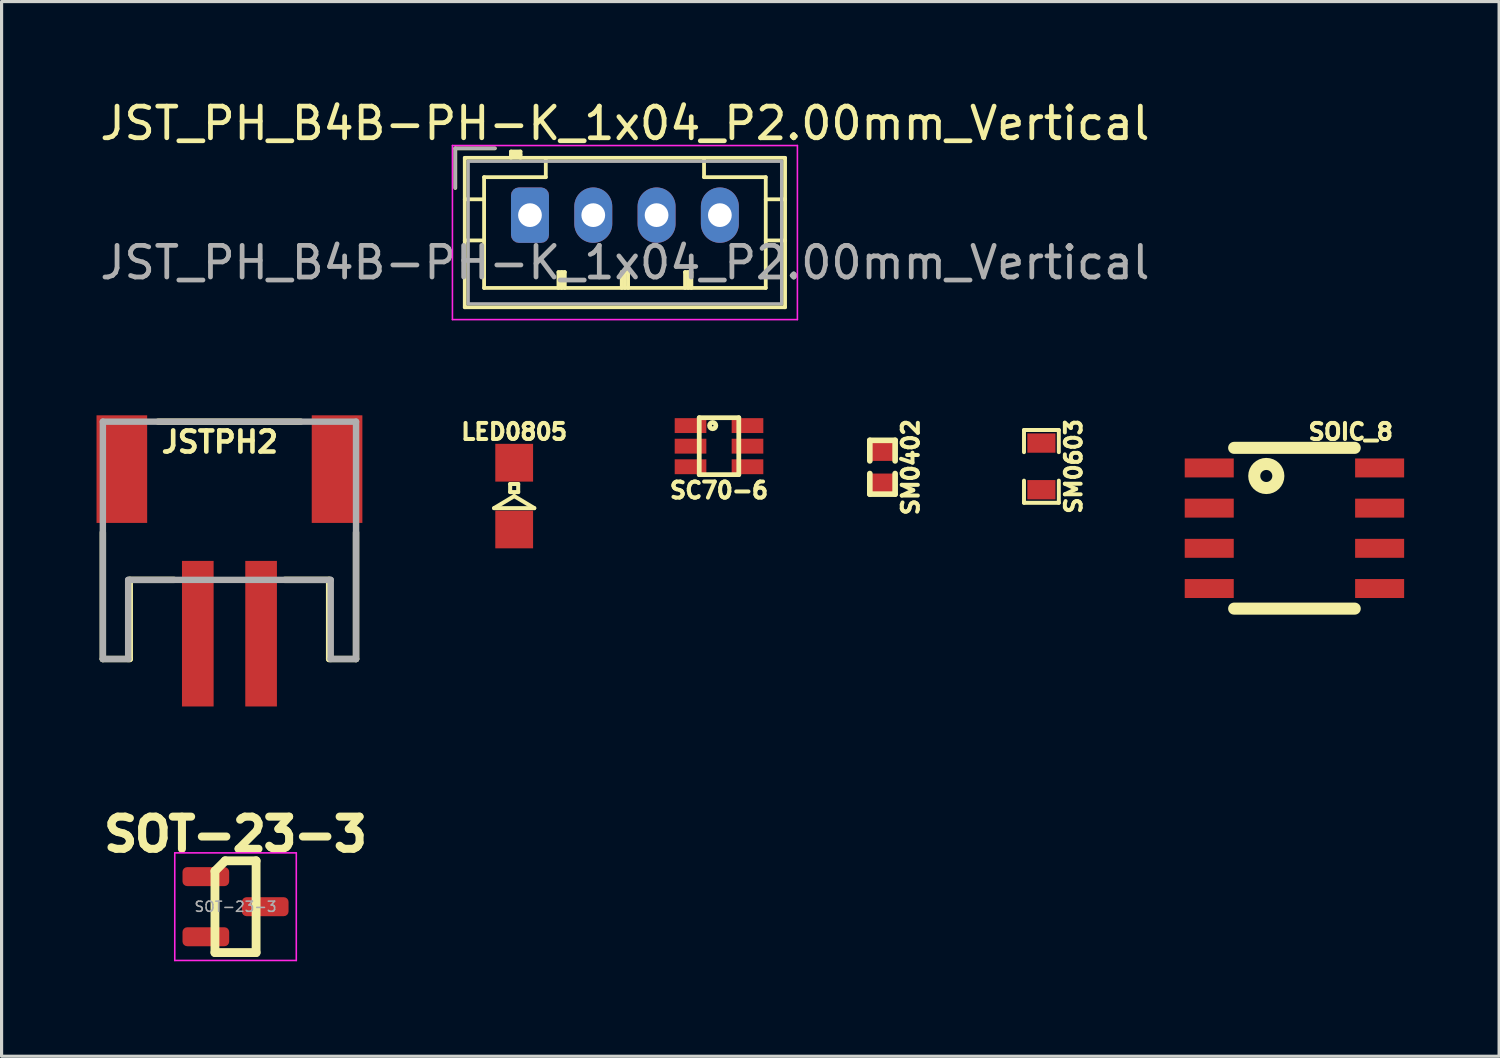
<source format=kicad_pcb>
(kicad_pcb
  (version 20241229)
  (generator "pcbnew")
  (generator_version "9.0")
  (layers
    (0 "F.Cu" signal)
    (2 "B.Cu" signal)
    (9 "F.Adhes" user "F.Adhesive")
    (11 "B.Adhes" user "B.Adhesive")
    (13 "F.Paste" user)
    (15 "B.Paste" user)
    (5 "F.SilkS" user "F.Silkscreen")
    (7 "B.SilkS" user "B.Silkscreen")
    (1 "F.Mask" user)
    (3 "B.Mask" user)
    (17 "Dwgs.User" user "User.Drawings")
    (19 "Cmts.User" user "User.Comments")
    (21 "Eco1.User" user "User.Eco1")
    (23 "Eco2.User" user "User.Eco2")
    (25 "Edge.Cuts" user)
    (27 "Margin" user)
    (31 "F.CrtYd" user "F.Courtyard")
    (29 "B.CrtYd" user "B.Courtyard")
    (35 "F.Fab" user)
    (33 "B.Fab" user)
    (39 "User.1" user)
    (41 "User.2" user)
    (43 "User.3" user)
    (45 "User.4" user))
  (footprint "JSTPH2"
    (layer "F.Cu")
    (at 4.2 13.273)
    (property "Reference" "JSTPH2" (at -2.223 -1.968 0) (layer "F.SilkS") (effects (font (size 0.666 0.666) (thickness 0.146)) (justify left bottom)))
    (fp_line (start -4 4.5) (end -4 0.5) (stroke (width 0.203) (type solid)) (layer "F.SilkS"))
    (fp_line (start -3.15 2) (end -3.15 4.5) (stroke (width 0.203) (type solid)) (layer "F.SilkS"))
    (fp_line (start -3.15 4.5) (end -4 4.5) (stroke (width 0.203) (type solid)) (layer "F.SilkS"))
    (fp_line (start -2.25 -3) (end 2.25 -3) (stroke (width 0.203) (type solid)) (layer "F.SilkS"))
    (fp_line (start -1.75 2) (end -3.15 2) (stroke (width 0.203) (type solid)) (layer "F.SilkS"))
    (fp_line (start 3.15 2) (end 1.75 2) (stroke (width 0.203) (type solid)) (layer "F.SilkS"))
    (fp_line (start 3.15 4.5) (end 3.15 2) (stroke (width 0.203) (type solid)) (layer "F.SilkS"))
    (fp_line (start 4 0.5) (end 4 4.5) (stroke (width 0.203) (type solid)) (layer "F.SilkS"))
    (fp_line (start 4 4.5) (end 3.15 4.5) (stroke (width 0.203) (type solid)) (layer "F.SilkS"))
    (fp_line (start -4 -3) (end 4 -3) (stroke (width 0.203) (type solid)) (layer "F.Fab"))
    (fp_line (start -4 4.5) (end -4 -3) (stroke (width 0.203) (type solid)) (layer "F.Fab"))
    (fp_line (start -3.2 2) (end -3.2 4.5) (stroke (width 0.203) (type solid)) (layer "F.Fab"))
    (fp_line (start -3.2 4.5) (end -4 4.5) (stroke (width 0.203) (type solid)) (layer "F.Fab"))
    (fp_line (start 3.2 2) (end -3.2 2) (stroke (width 0.203) (type solid)) (layer "F.Fab"))
    (fp_line (start 3.2 4.5) (end 3.2 2) (stroke (width 0.203) (type solid)) (layer "F.Fab"))
    (fp_line (start 4 -3) (end 4 4.5) (stroke (width 0.203) (type solid)) (layer "F.Fab"))
    (fp_line (start 4 4.5) (end 3.2 4.5) (stroke (width 0.203) (type solid)) (layer "F.Fab"))
    (pad "1" smd rect (at -1 3.7) (size 1 4.6) (layers "F.Cu" "F.Mask" "F.Paste"))
    (pad "2" smd rect (at 1 3.7) (size 1 4.6) (layers "F.Cu" "F.Mask" "F.Paste"))
    (pad "NC1" smd rect (at -3.4 -1.5 90) (size 3.4 1.6) (layers "F.Cu" "F.Mask" "F.Paste"))
    (pad "NC2" smd rect (at 3.4 -1.5 90) (size 3.4 1.6) (layers "F.Cu" "F.Mask" "F.Paste")))
  (footprint "SM0402"
    (layer "F.Cu")
    (at 24.834 11.713)
    (property "Reference" "SM0402" (at 0.889 0 90) (layer "F.SilkS") (effects (font (size 0.508 0.508) (thickness 0.127))))
    (attr smd)
    (fp_line (start -0.4 -0.85) (end -0.4 -0.2) (stroke (width 0.178) (type solid)) (layer "F.SilkS"))
    (fp_line (start -0.4 0.85) (end -0.4 0.2) (stroke (width 0.178) (type solid)) (layer "F.SilkS"))
    (fp_line (start 0.4 -0.85) (end -0.4 -0.85) (stroke (width 0.178) (type solid)) (layer "F.SilkS"))
    (fp_line (start 0.4 -0.2) (end 0.4 -0.85) (stroke (width 0.178) (type solid)) (layer "F.SilkS"))
    (fp_line (start 0.4 0.2) (end 0.4 0.85) (stroke (width 0.178) (type solid)) (layer "F.SilkS"))
    (fp_line (start 0.4 0.85) (end -0.4 0.85) (stroke (width 0.178) (type solid)) (layer "F.SilkS"))
    (pad "1" smd rect (at 0 -0.5 270) (size 0.6 0.7) (layers "F.Cu" "F.Mask" "F.Paste"))
    (pad "2" smd rect (at 0 0.5 270) (size 0.6 0.7) (layers "F.Cu" "F.Mask" "F.Paste")))
  (footprint "JST_PH_B4B-PH-K_1x04_P2.00mm_Vertical"
    (layer "F.Cu")
    (at 16.696 3.748)
    (property "Reference" "JST_PH_B4B-PH-K_1x04_P2.00mm_Vertical" (at 0 -2.9 0) (layer "F.SilkS") (effects (font (size 1 1) (thickness 0.15))))
    (attr through_hole)
    (fp_line (start -5.36 -2.11) (end -5.36 -0.86) (stroke (width 0.12) (type solid)) (layer "F.SilkS"))
    (fp_line (start -5.06 -1.81) (end -5.06 2.91) (stroke (width 0.12) (type solid)) (layer "F.SilkS"))
    (fp_line (start -5.06 -0.5) (end -4.45 -0.5) (stroke (width 0.12) (type solid)) (layer "F.SilkS"))
    (fp_line (start -5.06 0.8) (end -4.45 0.8) (stroke (width 0.12) (type solid)) (layer "F.SilkS"))
    (fp_line (start -5.06 2.91) (end 5.06 2.91) (stroke (width 0.12) (type solid)) (layer "F.SilkS"))
    (fp_line (start -4.45 -1.2) (end -4.45 2.3) (stroke (width 0.12) (type solid)) (layer "F.SilkS"))
    (fp_line (start -4.45 2.3) (end 4.45 2.3) (stroke (width 0.12) (type solid)) (layer "F.SilkS"))
    (fp_line (start -4.11 -2.11) (end -5.36 -2.11) (stroke (width 0.12) (type solid)) (layer "F.SilkS"))
    (fp_line (start -3.6 -2.01) (end -3.6 -1.81) (stroke (width 0.12) (type solid)) (layer "F.SilkS"))
    (fp_line (start -3.3 -2.01) (end -3.6 -2.01) (stroke (width 0.12) (type solid)) (layer "F.SilkS"))
    (fp_line (start -3.3 -1.91) (end -3.6 -1.91) (stroke (width 0.12) (type solid)) (layer "F.SilkS"))
    (fp_line (start -3.3 -1.81) (end -3.3 -2.01) (stroke (width 0.12) (type solid)) (layer "F.SilkS"))
    (fp_line (start -2.5 -1.81) (end -2.5 -1.2) (stroke (width 0.12) (type solid)) (layer "F.SilkS"))
    (fp_line (start -2.5 -1.2) (end -4.45 -1.2) (stroke (width 0.12) (type solid)) (layer "F.SilkS"))
    (fp_line (start -2.1 1.8) (end -1.9 1.8) (stroke (width 0.12) (type solid)) (layer "F.SilkS"))
    (fp_line (start -2.1 2.3) (end -2.1 1.8) (stroke (width 0.12) (type solid)) (layer "F.SilkS"))
    (fp_line (start -2 2.3) (end -2 1.8) (stroke (width 0.12) (type solid)) (layer "F.SilkS"))
    (fp_line (start -1.9 1.8) (end -1.9 2.3) (stroke (width 0.12) (type solid)) (layer "F.SilkS"))
    (fp_line (start -0.1 1.8) (end 0.1 1.8) (stroke (width 0.12) (type solid)) (layer "F.SilkS"))
    (fp_line (start -0.1 2.3) (end -0.1 1.8) (stroke (width 0.12) (type solid)) (layer "F.SilkS"))
    (fp_line (start 0 2.3) (end 0 1.8) (stroke (width 0.12) (type solid)) (layer "F.SilkS"))
    (fp_line (start 0.1 1.8) (end 0.1 2.3) (stroke (width 0.12) (type solid)) (layer "F.SilkS"))
    (fp_line (start 1.9 1.8) (end 2.1 1.8) (stroke (width 0.12) (type solid)) (layer "F.SilkS"))
    (fp_line (start 1.9 2.3) (end 1.9 1.8) (stroke (width 0.12) (type solid)) (layer "F.SilkS"))
    (fp_line (start 2 2.3) (end 2 1.8) (stroke (width 0.12) (type solid)) (layer "F.SilkS"))
    (fp_line (start 2.1 1.8) (end 2.1 2.3) (stroke (width 0.12) (type solid)) (layer "F.SilkS"))
    (fp_line (start 2.5 -1.2) (end 2.5 -1.81) (stroke (width 0.12) (type solid)) (layer "F.SilkS"))
    (fp_line (start 4.45 -1.2) (end 2.5 -1.2) (stroke (width 0.12) (type solid)) (layer "F.SilkS"))
    (fp_line (start 4.45 2.3) (end 4.45 -1.2) (stroke (width 0.12) (type solid)) (layer "F.SilkS"))
    (fp_line (start 5.06 -1.81) (end -5.06 -1.81) (stroke (width 0.12) (type solid)) (layer "F.SilkS"))
    (fp_line (start 5.06 -0.5) (end 4.45 -0.5) (stroke (width 0.12) (type solid)) (layer "F.SilkS"))
    (fp_line (start 5.06 0.8) (end 4.45 0.8) (stroke (width 0.12) (type solid)) (layer "F.SilkS"))
    (fp_line (start 5.06 2.91) (end 5.06 -1.81) (stroke (width 0.12) (type solid)) (layer "F.SilkS"))
    (fp_line (start -5.45 -2.2) (end -5.45 3.3) (stroke (width 0.05) (type solid)) (layer "F.CrtYd"))
    (fp_line (start -5.45 3.3) (end 5.45 3.3) (stroke (width 0.05) (type solid)) (layer "F.CrtYd"))
    (fp_line (start 5.45 -2.2) (end -5.45 -2.2) (stroke (width 0.05) (type solid)) (layer "F.CrtYd"))
    (fp_line (start 5.45 3.3) (end 5.45 -2.2) (stroke (width 0.05) (type solid)) (layer "F.CrtYd"))
    (fp_line (start -5.36 -2.11) (end -5.36 -0.86) (stroke (width 0.1) (type solid)) (layer "F.Fab"))
    (fp_line (start -4.95 -1.7) (end -4.95 2.8) (stroke (width 0.1) (type solid)) (layer "F.Fab"))
    (fp_line (start -4.95 2.8) (end 4.95 2.8) (stroke (width 0.1) (type solid)) (layer "F.Fab"))
    (fp_line (start -4.11 -2.11) (end -5.36 -2.11) (stroke (width 0.1) (type solid)) (layer "F.Fab"))
    (fp_line (start 4.95 -1.7) (end -4.95 -1.7) (stroke (width 0.1) (type solid)) (layer "F.Fab"))
    (fp_line (start 4.95 2.8) (end 4.95 -1.7) (stroke (width 0.1) (type solid)) (layer "F.Fab"))
    (fp_text user "${REFERENCE}" (at 0 1.5 0) (layer "F.Fab") (effects (font (size 1 1) (thickness 0.15))))
    (pad "1" thru_hole roundrect (at -3 0) (size 1.2 1.75) (drill 0.75) (layers "*.Cu" "*.Mask") (roundrect_rratio 0.208))
    (pad "2" thru_hole oval (at -1 0) (size 1.2 1.75) (drill 0.75) (layers "*.Cu" "*.Mask"))
    (pad "3" thru_hole oval (at 1 0) (size 1.2 1.75) (drill 0.75) (layers "*.Cu" "*.Mask"))
    (pad "4" thru_hole oval (at 3 0) (size 1.2 1.75) (drill 0.75) (layers "*.Cu" "*.Mask")))
  (footprint "SOIC_8"
    (layer "F.Cu")
    (at 37.851 13.641)
    (property "Reference" "SOIC_8" (at 1.778 -3.048 0) (layer "F.SilkS") (effects (font (size 0.508 0.508) (thickness 0.127))))
    (attr through_hole)
    (fp_line (start 1.905 -2.54) (end -1.905 -2.54) (stroke (width 0.381) (type solid)) (layer "F.SilkS"))
    (fp_line (start 1.905 2.54) (end -1.905 2.54) (stroke (width 0.381) (type solid)) (layer "F.SilkS"))
    (fp_circle (center -0.889 -1.651) (end -0.508 -1.651) (stroke (width 0.381) (type solid)) (fill no) (layer "F.SilkS"))
    (pad "1" smd rect (at -2.692 -1.905 270) (size 0.599 1.549) (layers "F.Cu" "F.Mask" "F.Paste"))
    (pad "2" smd rect (at -2.692 -0.635 270) (size 0.599 1.549) (layers "F.Cu" "F.Mask" "F.Paste"))
    (pad "3" smd rect (at -2.692 0.635 270) (size 0.599 1.549) (layers "F.Cu" "F.Mask" "F.Paste"))
    (pad "4" smd rect (at -2.692 1.905 270) (size 0.599 1.549) (layers "F.Cu" "F.Mask" "F.Paste"))
    (pad "5" smd rect (at 2.692 1.905 270) (size 0.599 1.549) (layers "F.Cu" "F.Mask" "F.Paste"))
    (pad "6" smd rect (at 2.692 0.635 270) (size 0.599 1.549) (layers "F.Cu" "F.Mask" "F.Paste"))
    (pad "7" smd rect (at 2.692 -0.635 270) (size 0.599 1.549) (layers "F.Cu" "F.Mask" "F.Paste"))
    (pad "8" smd rect (at 2.692 -1.905 270) (size 0.599 1.549) (layers "F.Cu" "F.Mask" "F.Paste")))
  (footprint "SOT-23-3"
    (layer "F.Cu")
    (at 4.392 25.599)
    (property "Reference" "SOT-23-3" (at 0 -2.286 0) (layer "F.SilkS") (effects (font (size 1.016 1.016) (thickness 0.254))))
    (attr smd)
    (fp_line (start -0.65 -1.125) (end -0.325 -1.45) (stroke (width 0.279) (type solid)) (layer "F.SilkS"))
    (fp_line (start -0.65 1.45) (end -0.65 -1.125) (stroke (width 0.279) (type solid)) (layer "F.SilkS"))
    (fp_line (start -0.325 -1.45) (end 0.65 -1.45) (stroke (width 0.279) (type solid)) (layer "F.SilkS"))
    (fp_line (start 0.65 -1.45) (end 0.65 1.45) (stroke (width 0.279) (type solid)) (layer "F.SilkS"))
    (fp_line (start 0.65 1.45) (end -0.65 1.45) (stroke (width 0.279) (type solid)) (layer "F.SilkS"))
    (fp_line (start -1.92 -1.7) (end -1.92 1.7) (stroke (width 0.05) (type solid)) (layer "F.CrtYd"))
    (fp_line (start -1.92 1.7) (end 1.92 1.7) (stroke (width 0.05) (type solid)) (layer "F.CrtYd"))
    (fp_line (start 1.92 -1.7) (end -1.92 -1.7) (stroke (width 0.05) (type solid)) (layer "F.CrtYd"))
    (fp_line (start 1.92 1.7) (end 1.92 -1.7) (stroke (width 0.05) (type solid)) (layer "F.CrtYd"))
    (fp_text user "${REFERENCE}" (at 0 0 0) (layer "F.Fab") (effects (font (size 0.32 0.32) (thickness 0.05))))
    (pad "1" smd roundrect (at -0.938 -0.95) (size 1.475 0.6) (layers "F.Cu" "F.Mask" "F.Paste") (roundrect_rratio 0.25))
    (pad "2" smd roundrect (at -0.938 0.95) (size 1.475 0.6) (layers "F.Cu" "F.Mask" "F.Paste") (roundrect_rratio 0.25))
    (pad "3" smd roundrect (at 0.938 0) (size 1.475 0.6) (layers "F.Cu" "F.Mask" "F.Paste") (roundrect_rratio 0.25)))
  (footprint "LED0805"
    (layer "F.Cu")
    (at 13.197 12.625)
    (property "Reference" "LED0805" (at 0 -2.032 180) (layer "F.SilkS") (effects (font (size 0.508 0.508) (thickness 0.127))))
    (attr through_hole)
    (fp_line (start -0.635 0.381) (end 0 0) (stroke (width 0.127) (type solid)) (layer "F.SilkS"))
    (fp_line (start -0.635 0.381) (end 0.635 0.381) (stroke (width 0.127) (type solid)) (layer "F.SilkS"))
    (fp_line (start -0.127 -0.381) (end -0.127 -0.127) (stroke (width 0.127) (type solid)) (layer "F.SilkS"))
    (fp_line (start -0.127 -0.127) (end 0.127 -0.127) (stroke (width 0.127) (type solid)) (layer "F.SilkS"))
    (fp_line (start 0 0) (end 0.635 0.381) (stroke (width 0.127) (type solid)) (layer "F.SilkS"))
    (fp_line (start 0.127 -0.381) (end -0.127 -0.381) (stroke (width 0.127) (type solid)) (layer "F.SilkS"))
    (fp_line (start 0.127 -0.127) (end 0.127 -0.381) (stroke (width 0.127) (type solid)) (layer "F.SilkS"))
    (pad "1" smd rect (at 0 1.054 90) (size 1.194 1.194) (layers "F.Cu" "F.Mask" "F.Paste"))
    (pad "2" smd rect (at 0 -1.054 90) (size 1.194 1.194) (layers "F.Cu" "F.Mask" "F.Paste")))
  (footprint "SM0603"
    (layer "F.Cu")
    (at 29.856 11.687)
    (property "Reference" "SM0603" (at 1.016 0 90) (layer "F.SilkS") (effects (font (size 0.5 0.5) (thickness 0.125))))
    (attr smd)
    (fp_line (start -0.55 -1.15) (end 0.55 -1.15) (stroke (width 0.125) (type solid)) (layer "F.SilkS"))
    (fp_line (start -0.55 -0.45) (end -0.55 -1.15) (stroke (width 0.125) (type solid)) (layer "F.SilkS"))
    (fp_line (start -0.55 0.45) (end -0.55 1.15) (stroke (width 0.125) (type solid)) (layer "F.SilkS"))
    (fp_line (start -0.55 1.15) (end 0.55 1.15) (stroke (width 0.125) (type solid)) (layer "F.SilkS"))
    (fp_line (start 0.55 -1.15) (end 0.55 -0.45) (stroke (width 0.125) (type solid)) (layer "F.SilkS"))
    (fp_line (start 0.55 1.15) (end 0.55 0.45) (stroke (width 0.125) (type solid)) (layer "F.SilkS"))
    (pad "1" smd rect (at 0 -0.737 270) (size 0.61 0.889) (layers "F.Cu" "F.Mask" "F.Paste"))
    (pad "2" smd rect (at 0 0.737 270) (size 0.61 0.889) (layers "F.Cu" "F.Mask" "F.Paste")))
  (footprint "SC70-6"
    (layer "F.Cu")
    (at 19.669 11.048)
    (property "Reference" "SC70-6" (at 0 1.397 180) (layer "F.SilkS") (effects (font (size 0.508 0.508) (thickness 0.127))))
    (attr through_hole)
    (fp_line (start -0.625 -0.9) (end -0.625 0.9) (stroke (width 0.15) (type solid)) (layer "F.SilkS"))
    (fp_line (start -0.625 0.9) (end 0.625 0.9) (stroke (width 0.15) (type solid)) (layer "F.SilkS"))
    (fp_line (start 0.625 -0.9) (end -0.625 -0.9) (stroke (width 0.15) (type solid)) (layer "F.SilkS"))
    (fp_line (start 0.625 0.9) (end 0.625 -0.9) (stroke (width 0.15) (type solid)) (layer "F.SilkS"))
    (fp_circle (center -0.2 -0.65) (end -0.1 -0.65) (stroke (width 0.15) (type solid)) (fill no) (layer "F.SilkS"))
    (pad "1" smd rect (at -0.9 -0.65) (size 1 0.47) (layers "F.Cu" "F.Mask" "F.Paste"))
    (pad "2" smd rect (at -0.9 0) (size 1 0.47) (layers "F.Cu" "F.Mask" "F.Paste"))
    (pad "3" smd rect (at -0.9 0.65) (size 1 0.47) (layers "F.Cu" "F.Mask" "F.Paste"))
    (pad "4" smd rect (at 0.9 0.65) (size 1 0.47) (layers "F.Cu" "F.Mask" "F.Paste"))
    (pad "5" smd rect (at 0.9 0) (size 1 0.47) (layers "F.Cu" "F.Mask" "F.Paste"))
    (pad "6" smd rect (at 0.9 -0.65) (size 1 0.47) (layers "F.Cu" "F.Mask" "F.Paste")))
  (gr_rect
    (start -3 -3)
    (end 44.318 30.324)
    (stroke (width 0.1) (type default))
    (fill no)
    (layer "Edge.Cuts")))
</source>
